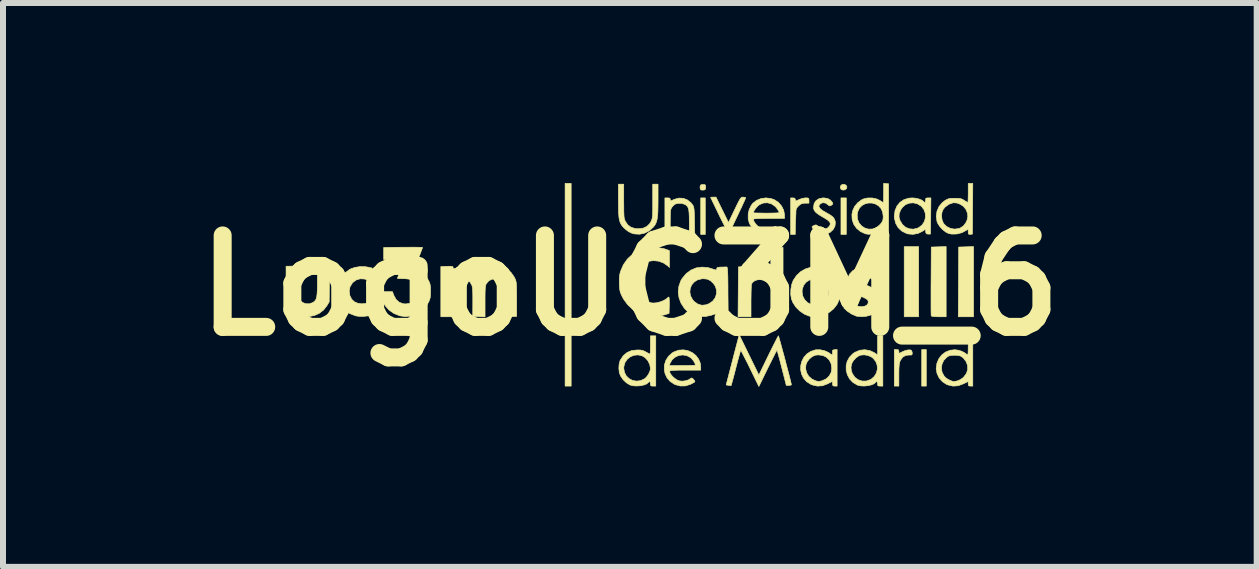
<source format=kicad_pcb>
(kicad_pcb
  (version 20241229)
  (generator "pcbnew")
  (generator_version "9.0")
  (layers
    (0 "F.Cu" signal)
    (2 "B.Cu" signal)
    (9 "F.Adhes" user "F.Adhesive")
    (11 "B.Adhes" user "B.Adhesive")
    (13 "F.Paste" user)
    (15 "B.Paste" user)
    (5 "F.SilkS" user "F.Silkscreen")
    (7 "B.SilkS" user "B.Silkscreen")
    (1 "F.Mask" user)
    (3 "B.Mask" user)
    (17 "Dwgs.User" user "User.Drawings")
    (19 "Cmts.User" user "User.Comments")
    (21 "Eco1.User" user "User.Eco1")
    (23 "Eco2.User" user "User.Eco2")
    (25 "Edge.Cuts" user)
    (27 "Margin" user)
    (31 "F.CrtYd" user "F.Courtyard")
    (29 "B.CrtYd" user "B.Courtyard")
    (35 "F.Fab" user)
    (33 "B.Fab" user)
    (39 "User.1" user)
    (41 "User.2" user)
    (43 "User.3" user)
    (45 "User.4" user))
  (footprint "LogoUC3M_6"
    (layer "F.Cu")
    (at 7.446 1.708)
    (property "Reference" "LogoUC3M_6" (at 0 0 0) (layer "F.SilkS") (effects (font (size 1.524 1.524) (thickness 0.3))))
    (attr through_hole)
    (fp_poly (pts (xy -0.978 1.676) (xy -1.079 1.676) (xy -1.079 -1.702) (xy -0.978 -1.702) (xy -0.978 1.676)) (stroke (width 0.01) (type solid)) (fill yes) (layer "F.SilkS"))
    (fp_poly (pts (xy 1.257 -0.851) (xy 1.181 -0.851) (xy 1.181 -1.46) (xy 1.257 -1.46) (xy 1.257 -0.851)) (stroke (width 0.01) (type solid)) (fill yes) (layer "F.SilkS"))
    (fp_poly (pts (xy 2.553 0.521) (xy 2.349 0.521) (xy 2.349 -0.635) (xy 2.553 -0.635) (xy 2.553 0.521)) (stroke (width 0.01) (type solid)) (fill yes) (layer "F.SilkS"))
    (fp_poly (pts (xy 3.607 -0.851) (xy 3.518 -0.851) (xy 3.518 -1.46) (xy 3.607 -1.46) (xy 3.607 -0.851)) (stroke (width 0.01) (type solid)) (fill yes) (layer "F.SilkS"))
    (fp_poly (pts (xy 4.813 0.521) (xy 4.572 0.521) (xy 4.572 -0.648) (xy 4.813 -0.648) (xy 4.813 0.521)) (stroke (width 0.01) (type solid)) (fill yes) (layer "F.SilkS"))
    (fp_poly (pts (xy 4.94 1.676) (xy 4.864 1.676) (xy 4.864 1.067) (xy 4.94 1.067) (xy 4.94 1.676)) (stroke (width 0.01) (type solid)) (fill yes) (layer "F.SilkS"))
    (fp_poly (pts (xy 5.728 0.521) (xy 5.473 0.521) (xy 5.477 -0.06) (xy 5.48 -0.641) (xy 5.728 -0.649) (xy 5.728 0.521)) (stroke (width 0.01) (type solid)) (fill yes) (layer "F.SilkS"))
    (fp_poly (pts (xy 3.57 -1.687) (xy 3.601 -1.673) (xy 3.617 -1.648) (xy 3.613 -1.618) (xy 3.612 -1.616) (xy 3.587 -1.596) (xy 3.554 -1.59) (xy 3.525 -1.599) (xy 3.521 -1.602) (xy 3.506 -1.631) (xy 3.511 -1.66) (xy 3.532 -1.681) (xy 3.566 -1.687) (xy 3.57 -1.687)) (stroke (width 0.01) (type solid)) (fill yes) (layer "F.SilkS"))
    (fp_poly (pts (xy 1.249 -1.681) (xy 1.261 -1.67) (xy 1.264 -1.642) (xy 1.264 -1.638) (xy 1.261 -1.608) (xy 1.249 -1.595) (xy 1.222 -1.59) (xy 1.187 -1.592) (xy 1.174 -1.605) (xy 1.17 -1.632) (xy 1.171 -1.653) (xy 1.178 -1.674) (xy 1.198 -1.682) (xy 1.219 -1.683) (xy 1.249 -1.681)) (stroke (width 0.01) (type solid)) (fill yes) (layer "F.SilkS"))
    (fp_poly (pts (xy 4.931 0.847) (xy 4.955 0.865) (xy 4.958 0.872) (xy 4.958 0.897) (xy 4.945 0.925) (xy 4.925 0.947) (xy 4.911 0.952) (xy 4.888 0.946) (xy 4.874 0.939) (xy 4.856 0.916) (xy 4.853 0.884) (xy 4.866 0.855) (xy 4.87 0.851) (xy 4.898 0.842) (xy 4.931 0.847)) (stroke (width 0.01) (type solid)) (fill yes) (layer "F.SilkS"))
    (fp_poly (pts (xy 5.271 0.521) (xy 5.149 0.521) (xy 5.086 0.519) (xy 5.045 0.515) (xy 5.025 0.508) (xy 5.022 0.505) (xy 5.021 0.489) (xy 5.02 0.451) (xy 5.019 0.392) (xy 5.019 0.316) (xy 5.019 0.225) (xy 5.019 0.123) (xy 5.019 0.01) (xy 5.02 -0.076) (xy 5.023 -0.641) (xy 5.271 -0.649) (xy 5.271 0.521)) (stroke (width 0.01) (type solid)) (fill yes) (layer "F.SilkS"))
    (fp_poly (pts (xy 2.223 -0.091) (xy 2.173 -0.098) (xy 2.125 -0.095) (xy 2.079 -0.078) (xy 2.043 -0.05) (xy 2.027 -0.022) (xy 2.025 -0.001) (xy 2.023 0.041) (xy 2.021 0.1) (xy 2.02 0.171) (xy 2.019 0.25) (xy 2.019 0.264) (xy 2.019 0.521) (xy 1.803 0.521) (xy 1.81 -0.311) (xy 1.909 -0.315) (xy 1.96 -0.316) (xy 1.99 -0.315) (xy 2.006 -0.309) (xy 2.014 -0.299) (xy 2.015 -0.294) (xy 2.022 -0.278) (xy 2.036 -0.276) (xy 2.062 -0.286) (xy 2.1 -0.298) (xy 2.147 -0.309) (xy 2.162 -0.311) (xy 2.223 -0.32) (xy 2.223 -0.091)) (stroke (width 0.01) (type solid)) (fill yes) (layer "F.SilkS"))
    (fp_poly (pts (xy 4.472 1.07) (xy 4.482 1.085) (xy 4.483 1.099) (xy 4.484 1.121) (xy 4.491 1.128) (xy 4.509 1.121) (xy 4.536 1.106) (xy 4.578 1.088) (xy 4.625 1.075) (xy 4.63 1.074) (xy 4.673 1.072) (xy 4.697 1.086) (xy 4.706 1.118) (xy 4.706 1.13) (xy 4.703 1.151) (xy 4.689 1.159) (xy 4.659 1.158) (xy 4.598 1.164) (xy 4.548 1.193) (xy 4.511 1.243) (xy 4.508 1.249) (xy 4.498 1.274) (xy 4.491 1.304) (xy 4.487 1.343) (xy 4.484 1.395) (xy 4.483 1.467) (xy 4.483 1.489) (xy 4.483 1.676) (xy 4.407 1.676) (xy 4.407 1.067) (xy 4.445 1.067) (xy 4.472 1.07)) (stroke (width 0.01) (type solid)) (fill yes) (layer "F.SilkS"))
    (fp_poly (pts (xy 2.748 -1.455) (xy 2.758 -1.435) (xy 2.757 -1.419) (xy 2.762 -1.411) (xy 2.781 -1.414) (xy 2.818 -1.431) (xy 2.826 -1.435) (xy 2.872 -1.452) (xy 2.922 -1.46) (xy 2.93 -1.46) (xy 2.964 -1.459) (xy 2.98 -1.452) (xy 2.984 -1.433) (xy 2.985 -1.416) (xy 2.985 -1.372) (xy 2.922 -1.372) (xy 2.879 -1.369) (xy 2.848 -1.356) (xy 2.815 -1.33) (xy 2.814 -1.329) (xy 2.79 -1.304) (xy 2.776 -1.282) (xy 2.769 -1.254) (xy 2.767 -1.212) (xy 2.767 -1.199) (xy 2.765 -1.152) (xy 2.764 -1.113) (xy 2.762 -1.092) (xy 2.761 -1.071) (xy 2.759 -1.032) (xy 2.758 -0.982) (xy 2.758 -0.962) (xy 2.756 -0.851) (xy 2.68 -0.851) (xy 2.68 -1.46) (xy 2.718 -1.46) (xy 2.748 -1.455)) (stroke (width 0.01) (type solid)) (fill yes) (layer "F.SilkS"))
    (fp_poly (pts (xy 1.54 -1.261) (xy 1.644 -1.05) (xy 1.745 -1.261) (xy 1.781 -1.336) (xy 1.808 -1.39) (xy 1.828 -1.428) (xy 1.843 -1.452) (xy 1.856 -1.466) (xy 1.868 -1.472) (xy 1.882 -1.473) (xy 1.888 -1.473) (xy 1.917 -1.47) (xy 1.93 -1.463) (xy 1.93 -1.461) (xy 1.925 -1.447) (xy 1.911 -1.414) (xy 1.888 -1.365) (xy 1.861 -1.305) (xy 1.829 -1.238) (xy 1.795 -1.166) (xy 1.761 -1.095) (xy 1.729 -1.027) (xy 1.7 -0.967) (xy 1.675 -0.919) (xy 1.658 -0.886) (xy 1.65 -0.872) (xy 1.642 -0.88) (xy 1.625 -0.908) (xy 1.6 -0.953) (xy 1.568 -1.012) (xy 1.532 -1.084) (xy 1.493 -1.162) (xy 1.454 -1.243) (xy 1.419 -1.316) (xy 1.389 -1.378) (xy 1.366 -1.426) (xy 1.351 -1.457) (xy 1.346 -1.469) (xy 1.357 -1.472) (xy 1.385 -1.473) (xy 1.391 -1.473) (xy 1.436 -1.473) (xy 1.54 -1.261)) (stroke (width 0.01) (type solid)) (fill yes) (layer "F.SilkS"))
    (fp_poly (pts (xy 0.659 -1.458) (xy 0.672 -1.447) (xy 0.673 -1.435) (xy 0.673 -1.419) (xy 0.678 -1.412) (xy 0.693 -1.415) (xy 0.723 -1.428) (xy 0.743 -1.437) (xy 0.818 -1.457) (xy 0.892 -1.453) (xy 0.96 -1.426) (xy 1.019 -1.378) (xy 1.043 -1.348) (xy 1.054 -1.331) (xy 1.062 -1.313) (xy 1.067 -1.29) (xy 1.071 -1.259) (xy 1.074 -1.214) (xy 1.076 -1.151) (xy 1.077 -1.077) (xy 1.082 -0.851) (xy 0.991 -0.851) (xy 0.991 -1.055) (xy 0.99 -1.144) (xy 0.987 -1.212) (xy 0.981 -1.262) (xy 0.97 -1.298) (xy 0.955 -1.323) (xy 0.933 -1.342) (xy 0.915 -1.352) (xy 0.866 -1.368) (xy 0.81 -1.37) (xy 0.761 -1.359) (xy 0.752 -1.354) (xy 0.724 -1.332) (xy 0.698 -1.301) (xy 0.698 -1.301) (xy 0.689 -1.284) (xy 0.682 -1.264) (xy 0.677 -1.236) (xy 0.675 -1.196) (xy 0.674 -1.139) (xy 0.673 -1.061) (xy 0.673 -1.057) (xy 0.673 -0.851) (xy 0.584 -0.851) (xy 0.584 -1.46) (xy 0.629 -1.46) (xy 0.659 -1.458)) (stroke (width 0.01) (type solid)) (fill yes) (layer "F.SilkS"))
    (fp_poly (pts (xy -5.006 -0.03) (xy -5.01 0.273) (xy -5.045 0.332) (xy -5.102 0.406) (xy -5.173 0.462) (xy -5.255 0.499) (xy -5.342 0.517) (xy -5.432 0.512) (xy -5.482 0.498) (xy -5.572 0.454) (xy -5.643 0.394) (xy -5.696 0.315) (xy -5.709 0.286) (xy -5.716 0.265) (xy -5.721 0.234) (xy -5.725 0.191) (xy -5.727 0.132) (xy -5.728 0.054) (xy -5.729 -0.04) (xy -5.729 -0.321) (xy -5.63 -0.323) (xy -5.531 -0.324) (xy -5.524 -0.057) (xy -5.522 0.034) (xy -5.519 0.104) (xy -5.516 0.155) (xy -5.512 0.191) (xy -5.507 0.217) (xy -5.501 0.234) (xy -5.495 0.243) (xy -5.455 0.282) (xy -5.402 0.303) (xy -5.344 0.305) (xy -5.288 0.286) (xy -5.284 0.284) (xy -5.259 0.267) (xy -5.241 0.248) (xy -5.227 0.222) (xy -5.218 0.186) (xy -5.212 0.137) (xy -5.208 0.071) (xy -5.207 -0.014) (xy -5.207 -0.069) (xy -5.207 -0.145) (xy -5.206 -0.212) (xy -5.206 -0.266) (xy -5.205 -0.302) (xy -5.204 -0.318) (xy -5.204 -0.318) (xy -5.191 -0.319) (xy -5.158 -0.322) (xy -5.113 -0.325) (xy -5.101 -0.326) (xy -5.002 -0.333) (xy -5.006 -0.03)) (stroke (width 0.01) (type solid)) (fill yes) (layer "F.SilkS"))
    (fp_poly (pts (xy -0.102 -1.407) (xy -0.101 -1.315) (xy -0.101 -1.243) (xy -0.099 -1.19) (xy -0.097 -1.151) (xy -0.093 -1.122) (xy -0.087 -1.099) (xy -0.079 -1.08) (xy -0.075 -1.07) (xy -0.034 -1.01) (xy 0.021 -0.97) (xy 0.091 -0.949) (xy 0.14 -0.946) (xy 0.22 -0.955) (xy 0.283 -0.984) (xy 0.332 -1.032) (xy 0.354 -1.07) (xy 0.363 -1.09) (xy 0.37 -1.111) (xy 0.374 -1.136) (xy 0.378 -1.17) (xy 0.38 -1.216) (xy 0.381 -1.278) (xy 0.381 -1.36) (xy 0.381 -1.407) (xy 0.381 -1.689) (xy 0.47 -1.689) (xy 0.47 -1.418) (xy 0.469 -1.31) (xy 0.467 -1.224) (xy 0.462 -1.156) (xy 0.454 -1.102) (xy 0.443 -1.06) (xy 0.428 -1.024) (xy 0.407 -0.993) (xy 0.393 -0.975) (xy 0.327 -0.914) (xy 0.249 -0.874) (xy 0.163 -0.855) (xy 0.074 -0.86) (xy 0.034 -0.871) (xy -0.025 -0.9) (xy -0.085 -0.947) (xy -0.088 -0.95) (xy -0.118 -0.981) (xy -0.142 -1.012) (xy -0.16 -1.047) (xy -0.173 -1.088) (xy -0.182 -1.14) (xy -0.187 -1.206) (xy -0.19 -1.29) (xy -0.19 -1.395) (xy -0.191 -1.418) (xy -0.191 -1.689) (xy -0.102 -1.689) (xy -0.102 -1.407)) (stroke (width 0.01) (type solid)) (fill yes) (layer "F.SilkS"))
    (fp_poly (pts (xy 4.216 1.676) (xy 4.172 1.676) (xy 4.142 1.674) (xy 4.13 1.664) (xy 4.128 1.638) (xy 4.123 1.609) (xy 4.111 1.6) (xy 4.095 1.614) (xy 4.095 1.614) (xy 4.068 1.638) (xy 4.022 1.657) (xy 3.965 1.669) (xy 3.904 1.675) (xy 3.845 1.672) (xy 3.795 1.66) (xy 3.79 1.658) (xy 3.717 1.615) (xy 3.662 1.557) (xy 3.625 1.488) (xy 3.605 1.414) (xy 3.605 1.358) (xy 3.685 1.358) (xy 3.691 1.421) (xy 3.709 1.469) (xy 3.751 1.53) (xy 3.807 1.571) (xy 3.871 1.592) (xy 3.94 1.592) (xy 4.009 1.568) (xy 4.022 1.561) (xy 4.075 1.514) (xy 4.109 1.457) (xy 4.125 1.393) (xy 4.121 1.328) (xy 4.098 1.266) (xy 4.056 1.214) (xy 4.02 1.187) (xy 3.965 1.165) (xy 3.905 1.155) (xy 3.848 1.16) (xy 3.819 1.17) (xy 3.769 1.205) (xy 3.726 1.252) (xy 3.701 1.294) (xy 3.685 1.358) (xy 3.605 1.358) (xy 3.604 1.338) (xy 3.622 1.263) (xy 3.659 1.195) (xy 3.715 1.137) (xy 3.751 1.112) (xy 3.831 1.079) (xy 3.915 1.07) (xy 3.999 1.084) (xy 4.077 1.121) (xy 4.081 1.124) (xy 4.128 1.155) (xy 4.128 0.838) (xy 4.216 0.838) (xy 4.216 1.676)) (stroke (width 0.01) (type solid)) (fill yes) (layer "F.SilkS"))
    (fp_poly (pts (xy -4.41 -0.314) (xy -4.358 -0.305) (xy -4.293 -0.29) (xy -4.292 -0.218) (xy -4.291 -0.167) (xy -4.289 -0.119) (xy -4.289 -0.098) (xy -4.287 -0.068) (xy -4.286 -0.052) (xy -4.286 -0.051) (xy -4.297 -0.056) (xy -4.323 -0.07) (xy -4.349 -0.083) (xy -4.423 -0.109) (xy -4.495 -0.112) (xy -4.561 -0.092) (xy -4.617 -0.05) (xy -4.626 -0.039) (xy -4.664 0.023) (xy -4.678 0.092) (xy -4.668 0.162) (xy -4.635 0.229) (xy -4.634 0.23) (xy -4.592 0.27) (xy -4.534 0.295) (xy -4.468 0.305) (xy -4.401 0.298) (xy -4.35 0.279) (xy -4.318 0.264) (xy -4.297 0.255) (xy -4.293 0.254) (xy -4.289 0.265) (xy -4.288 0.294) (xy -4.289 0.308) (xy -4.29 0.357) (xy -4.292 0.41) (xy -4.292 0.42) (xy -4.294 0.458) (xy -4.304 0.479) (xy -4.324 0.493) (xy -4.326 0.494) (xy -4.372 0.507) (xy -4.433 0.514) (xy -4.497 0.515) (xy -4.555 0.508) (xy -4.573 0.504) (xy -4.67 0.466) (xy -4.749 0.409) (xy -4.813 0.334) (xy -4.85 0.267) (xy -4.875 0.188) (xy -4.884 0.1) (xy -4.877 0.011) (xy -4.854 -0.068) (xy -4.853 -0.07) (xy -4.809 -0.144) (xy -4.746 -0.211) (xy -4.674 -0.265) (xy -4.655 -0.276) (xy -4.582 -0.302) (xy -4.497 -0.315) (xy -4.41 -0.314)) (stroke (width 0.01) (type solid)) (fill yes) (layer "F.SilkS"))
    (fp_poly (pts (xy 0.485 -0.63) (xy 0.568 -0.614) (xy 0.625 -0.595) (xy 0.66 -0.581) (xy 0.66 -0.3) (xy 0.632 -0.327) (xy 0.559 -0.377) (xy 0.479 -0.406) (xy 0.394 -0.415) (xy 0.31 -0.403) (xy 0.231 -0.373) (xy 0.16 -0.324) (xy 0.103 -0.258) (xy 0.08 -0.219) (xy 0.051 -0.132) (xy 0.043 -0.042) (xy 0.058 0.045) (xy 0.079 0.097) (xy 0.133 0.174) (xy 0.203 0.234) (xy 0.284 0.274) (xy 0.374 0.291) (xy 0.395 0.292) (xy 0.449 0.287) (xy 0.507 0.272) (xy 0.561 0.251) (xy 0.603 0.227) (xy 0.616 0.216) (xy 0.637 0.197) (xy 0.65 0.191) (xy 0.654 0.202) (xy 0.657 0.234) (xy 0.658 0.281) (xy 0.658 0.327) (xy 0.654 0.464) (xy 0.584 0.487) (xy 0.512 0.504) (xy 0.43 0.514) (xy 0.348 0.515) (xy 0.275 0.507) (xy 0.26 0.504) (xy 0.15 0.463) (xy 0.049 0.4) (xy -0.038 0.318) (xy -0.109 0.22) (xy -0.129 0.181) (xy -0.149 0.138) (xy -0.162 0.101) (xy -0.169 0.062) (xy -0.174 0.011) (xy -0.175 -0.031) (xy -0.176 -0.102) (xy -0.173 -0.157) (xy -0.164 -0.205) (xy -0.155 -0.236) (xy -0.108 -0.346) (xy -0.041 -0.441) (xy 0.042 -0.519) (xy 0.139 -0.579) (xy 0.248 -0.618) (xy 0.365 -0.634) (xy 0.39 -0.635) (xy 0.485 -0.63)) (stroke (width 0.01) (type solid)) (fill yes) (layer "F.SilkS"))
    (fp_poly (pts (xy 3.296 -1.451) (xy 3.346 -1.42) (xy 3.371 -1.39) (xy 3.383 -1.367) (xy 3.378 -1.353) (xy 3.36 -1.339) (xy 3.336 -1.327) (xy 3.319 -1.33) (xy 3.303 -1.345) (xy 3.261 -1.374) (xy 3.216 -1.38) (xy 3.181 -1.366) (xy 3.155 -1.341) (xy 3.151 -1.314) (xy 3.17 -1.284) (xy 3.212 -1.249) (xy 3.279 -1.21) (xy 3.285 -1.207) (xy 3.347 -1.171) (xy 3.388 -1.138) (xy 3.412 -1.102) (xy 3.424 -1.06) (xy 3.425 -1.052) (xy 3.419 -0.992) (xy 3.39 -0.935) (xy 3.338 -0.886) (xy 3.295 -0.866) (xy 3.239 -0.856) (xy 3.181 -0.858) (xy 3.154 -0.864) (xy 3.126 -0.879) (xy 3.093 -0.904) (xy 3.063 -0.934) (xy 3.041 -0.961) (xy 3.035 -0.977) (xy 3.046 -0.989) (xy 3.071 -1.002) (xy 3.072 -1.003) (xy 3.096 -1.01) (xy 3.116 -1.006) (xy 3.14 -0.986) (xy 3.147 -0.979) (xy 3.192 -0.947) (xy 3.241 -0.939) (xy 3.287 -0.954) (xy 3.309 -0.971) (xy 3.334 -1.002) (xy 3.341 -1.031) (xy 3.329 -1.06) (xy 3.296 -1.091) (xy 3.241 -1.126) (xy 3.213 -1.142) (xy 3.147 -1.182) (xy 3.102 -1.216) (xy 3.074 -1.249) (xy 3.062 -1.283) (xy 3.061 -1.303) (xy 3.071 -1.366) (xy 3.102 -1.414) (xy 3.151 -1.446) (xy 3.216 -1.46) (xy 3.232 -1.46) (xy 3.296 -1.451)) (stroke (width 0.01) (type solid)) (fill yes) (layer "F.SilkS"))
    (fp_poly (pts (xy 5.014 -1.159) (xy 5.01 -0.857) (xy 4.972 -0.857) (xy 4.945 -0.861) (xy 4.933 -0.876) (xy 4.93 -0.898) (xy 4.926 -0.938) (xy 4.881 -0.907) (xy 4.803 -0.868) (xy 4.719 -0.853) (xy 4.636 -0.86) (xy 4.607 -0.869) (xy 4.529 -0.909) (xy 4.469 -0.967) (xy 4.429 -1.039) (xy 4.409 -1.123) (xy 4.408 -1.141) (xy 4.486 -1.141) (xy 4.502 -1.084) (xy 4.503 -1.082) (xy 4.542 -1.018) (xy 4.595 -0.971) (xy 4.658 -0.945) (xy 4.726 -0.939) (xy 4.796 -0.957) (xy 4.819 -0.969) (xy 4.873 -1.012) (xy 4.909 -1.069) (xy 4.926 -1.133) (xy 4.924 -1.2) (xy 4.902 -1.263) (xy 4.861 -1.317) (xy 4.853 -1.324) (xy 4.79 -1.362) (xy 4.723 -1.378) (xy 4.655 -1.372) (xy 4.593 -1.347) (xy 4.541 -1.302) (xy 4.51 -1.254) (xy 4.488 -1.195) (xy 4.486 -1.141) (xy 4.408 -1.141) (xy 4.407 -1.158) (xy 4.419 -1.248) (xy 4.451 -1.325) (xy 4.501 -1.386) (xy 4.568 -1.431) (xy 4.649 -1.456) (xy 4.708 -1.46) (xy 4.761 -1.455) (xy 4.814 -1.443) (xy 4.86 -1.425) (xy 4.89 -1.405) (xy 4.895 -1.398) (xy 4.911 -1.384) (xy 4.923 -1.393) (xy 4.928 -1.422) (xy 4.928 -1.422) (xy 4.93 -1.448) (xy 4.943 -1.458) (xy 4.972 -1.46) (xy 5.017 -1.46) (xy 5.014 -1.159)) (stroke (width 0.01) (type solid)) (fill yes) (layer "F.SilkS"))
    (fp_poly (pts (xy 3.188 -0.298) (xy 3.273 -0.267) (xy 3.352 -0.216) (xy 3.421 -0.147) (xy 3.47 -0.074) (xy 3.484 -0.042) (xy 3.493 -0.01) (xy 3.497 0.032) (xy 3.499 0.09) (xy 3.499 0.102) (xy 3.495 0.187) (xy 3.48 0.256) (xy 3.452 0.316) (xy 3.408 0.373) (xy 3.389 0.394) (xy 3.321 0.448) (xy 3.239 0.488) (xy 3.149 0.513) (xy 3.059 0.519) (xy 2.99 0.51) (xy 2.908 0.477) (xy 2.831 0.424) (xy 2.765 0.358) (xy 2.716 0.282) (xy 2.693 0.224) (xy 2.681 0.15) (xy 2.682 0.102) (xy 2.87 0.102) (xy 2.881 0.174) (xy 2.912 0.235) (xy 2.959 0.283) (xy 3.017 0.314) (xy 3.083 0.326) (xy 3.153 0.317) (xy 3.183 0.306) (xy 3.224 0.28) (xy 3.263 0.245) (xy 3.272 0.234) (xy 3.293 0.202) (xy 3.304 0.17) (xy 3.308 0.128) (xy 3.308 0.108) (xy 3.298 0.03) (xy 3.268 -0.033) (xy 3.221 -0.079) (xy 3.158 -0.106) (xy 3.081 -0.112) (xy 3.074 -0.112) (xy 3.001 -0.095) (xy 2.941 -0.059) (xy 2.898 -0.007) (xy 2.874 0.059) (xy 2.87 0.102) (xy 2.682 0.102) (xy 2.683 0.067) (xy 2.696 -0.013) (xy 2.721 -0.082) (xy 2.721 -0.083) (xy 2.777 -0.166) (xy 2.846 -0.231) (xy 2.925 -0.276) (xy 3.01 -0.303) (xy 3.099 -0.31) (xy 3.188 -0.298)) (stroke (width 0.01) (type solid)) (fill yes) (layer "F.SilkS"))
    (fp_poly (pts (xy 4.312 -1.695) (xy 4.312 -0.857) (xy 4.274 -0.857) (xy 4.247 -0.861) (xy 4.235 -0.876) (xy 4.232 -0.898) (xy 4.228 -0.938) (xy 4.166 -0.9) (xy 4.107 -0.873) (xy 4.04 -0.857) (xy 3.973 -0.854) (xy 3.924 -0.862) (xy 3.841 -0.901) (xy 3.776 -0.956) (xy 3.729 -1.024) (xy 3.704 -1.102) (xy 3.701 -1.177) (xy 3.788 -1.177) (xy 3.793 -1.106) (xy 3.819 -1.044) (xy 3.861 -0.994) (xy 3.915 -0.958) (xy 3.977 -0.94) (xy 4.044 -0.942) (xy 4.101 -0.962) (xy 4.136 -0.986) (xy 4.173 -1.02) (xy 4.184 -1.033) (xy 4.207 -1.066) (xy 4.218 -1.098) (xy 4.222 -1.14) (xy 4.222 -1.155) (xy 4.212 -1.226) (xy 4.185 -1.284) (xy 4.144 -1.328) (xy 4.093 -1.358) (xy 4.036 -1.374) (xy 3.978 -1.375) (xy 3.921 -1.362) (xy 3.869 -1.334) (xy 3.827 -1.292) (xy 3.799 -1.234) (xy 3.788 -1.177) (xy 3.701 -1.177) (xy 3.701 -1.186) (xy 3.713 -1.247) (xy 3.745 -1.317) (xy 3.797 -1.379) (xy 3.861 -1.427) (xy 3.894 -1.443) (xy 3.963 -1.459) (xy 4.038 -1.459) (xy 4.11 -1.444) (xy 4.164 -1.419) (xy 4.195 -1.399) (xy 4.217 -1.386) (xy 4.222 -1.384) (xy 4.225 -1.396) (xy 4.227 -1.429) (xy 4.228 -1.477) (xy 4.229 -1.536) (xy 4.229 -1.544) (xy 4.229 -1.703) (xy 4.312 -1.695)) (stroke (width 0.01) (type solid)) (fill yes) (layer "F.SilkS"))
    (fp_poly (pts (xy 3.454 1.676) (xy 3.416 1.676) (xy 3.389 1.673) (xy 3.379 1.658) (xy 3.378 1.638) (xy 3.377 1.612) (xy 3.373 1.6) (xy 3.373 1.6) (xy 3.36 1.606) (xy 3.331 1.62) (xy 3.296 1.638) (xy 3.211 1.67) (xy 3.127 1.676) (xy 3.042 1.657) (xy 3.015 1.646) (xy 2.946 1.602) (xy 2.895 1.544) (xy 2.862 1.478) (xy 2.846 1.406) (xy 2.847 1.385) (xy 2.929 1.385) (xy 2.945 1.452) (xy 2.98 1.511) (xy 3.032 1.557) (xy 3.08 1.581) (xy 3.118 1.594) (xy 3.144 1.598) (xy 3.171 1.595) (xy 3.203 1.587) (xy 3.271 1.556) (xy 3.322 1.508) (xy 3.355 1.446) (xy 3.365 1.377) (xy 3.354 1.303) (xy 3.323 1.241) (xy 3.275 1.194) (xy 3.213 1.165) (xy 3.139 1.156) (xy 3.093 1.161) (xy 3.044 1.181) (xy 2.996 1.219) (xy 2.957 1.267) (xy 2.935 1.318) (xy 2.929 1.385) (xy 2.847 1.385) (xy 2.848 1.333) (xy 2.866 1.262) (xy 2.9 1.196) (xy 2.949 1.141) (xy 3.013 1.099) (xy 3.09 1.073) (xy 3.104 1.071) (xy 3.174 1.071) (xy 3.246 1.087) (xy 3.309 1.115) (xy 3.323 1.125) (xy 3.355 1.148) (xy 3.372 1.153) (xy 3.377 1.14) (xy 3.376 1.114) (xy 3.376 1.086) (xy 3.387 1.074) (xy 3.413 1.069) (xy 3.454 1.065) (xy 3.454 1.676)) (stroke (width 0.01) (type solid)) (fill yes) (layer "F.SilkS"))
    (fp_poly (pts (xy 1.986 1.156) (xy 2.15 1.492) (xy 2.309 1.165) (xy 2.35 1.081) (xy 2.388 1.005) (xy 2.421 0.94) (xy 2.447 0.889) (xy 2.466 0.854) (xy 2.475 0.839) (xy 2.476 0.838) (xy 2.48 0.85) (xy 2.49 0.883) (xy 2.504 0.933) (xy 2.522 0.998) (xy 2.542 1.073) (xy 2.565 1.156) (xy 2.588 1.242) (xy 2.61 1.328) (xy 2.632 1.411) (xy 2.652 1.487) (xy 2.669 1.553) (xy 2.682 1.606) (xy 2.69 1.641) (xy 2.692 1.655) (xy 2.681 1.661) (xy 2.654 1.664) (xy 2.65 1.664) (xy 2.607 1.664) (xy 2.532 1.372) (xy 2.511 1.29) (xy 2.492 1.217) (xy 2.475 1.156) (xy 2.462 1.111) (xy 2.454 1.085) (xy 2.451 1.08) (xy 2.444 1.09) (xy 2.427 1.121) (xy 2.403 1.169) (xy 2.372 1.231) (xy 2.336 1.303) (xy 2.297 1.381) (xy 2.15 1.683) (xy 2.002 1.379) (xy 1.963 1.299) (xy 1.926 1.227) (xy 1.895 1.167) (xy 1.871 1.12) (xy 1.854 1.091) (xy 1.847 1.082) (xy 1.842 1.096) (xy 1.832 1.131) (xy 1.817 1.183) (xy 1.799 1.25) (xy 1.779 1.327) (xy 1.766 1.377) (xy 1.745 1.459) (xy 1.726 1.531) (xy 1.709 1.592) (xy 1.697 1.637) (xy 1.689 1.663) (xy 1.687 1.668) (xy 1.673 1.668) (xy 1.645 1.664) (xy 1.644 1.664) (xy 1.605 1.657) (xy 1.713 1.239) (xy 1.822 0.821) (xy 1.986 1.156)) (stroke (width 0.01) (type solid)) (fill yes) (layer "F.SilkS"))
    (fp_poly (pts (xy 0.432 1.676) (xy 0.387 1.676) (xy 0.357 1.674) (xy 0.345 1.664) (xy 0.343 1.638) (xy 0.338 1.609) (xy 0.326 1.6) (xy 0.31 1.614) (xy 0.31 1.614) (xy 0.282 1.639) (xy 0.236 1.657) (xy 0.179 1.67) (xy 0.116 1.674) (xy 0.056 1.671) (xy 0.004 1.658) (xy 0 1.656) (xy -0.059 1.62) (xy -0.114 1.567) (xy -0.156 1.505) (xy -0.176 1.449) (xy -0.183 1.381) (xy -0.183 1.377) (xy -0.102 1.377) (xy -0.09 1.446) (xy -0.06 1.505) (xy -0.013 1.551) (xy 0.044 1.581) (xy 0.108 1.593) (xy 0.175 1.586) (xy 0.241 1.557) (xy 0.243 1.556) (xy 0.281 1.521) (xy 0.314 1.472) (xy 0.337 1.42) (xy 0.343 1.382) (xy 0.331 1.315) (xy 0.3 1.253) (xy 0.253 1.201) (xy 0.207 1.173) (xy 0.138 1.156) (xy 0.071 1.162) (xy 0.009 1.187) (xy -0.043 1.228) (xy -0.081 1.284) (xy -0.1 1.351) (xy -0.102 1.377) (xy -0.183 1.377) (xy -0.179 1.312) (xy -0.164 1.253) (xy -0.16 1.245) (xy -0.109 1.169) (xy -0.046 1.116) (xy 0.03 1.084) (xy 0.121 1.074) (xy 0.174 1.075) (xy 0.214 1.082) (xy 0.25 1.097) (xy 0.269 1.108) (xy 0.303 1.127) (xy 0.328 1.14) (xy 0.336 1.143) (xy 0.338 1.131) (xy 0.341 1.099) (xy 0.342 1.051) (xy 0.343 0.992) (xy 0.343 0.991) (xy 0.343 0.838) (xy 0.432 0.838) (xy 0.432 1.676)) (stroke (width 0.01) (type solid)) (fill yes) (layer "F.SilkS"))
    (fp_poly (pts (xy 0.97 1.086) (xy 1.04 1.118) (xy 1.1 1.165) (xy 1.145 1.225) (xy 1.174 1.295) (xy 1.181 1.356) (xy 1.181 1.41) (xy 0.928 1.41) (xy 0.842 1.41) (xy 0.77 1.412) (xy 0.715 1.415) (xy 0.68 1.418) (xy 0.667 1.422) (xy 0.665 1.447) (xy 0.682 1.479) (xy 0.711 1.515) (xy 0.749 1.548) (xy 0.791 1.576) (xy 0.82 1.588) (xy 0.869 1.594) (xy 0.925 1.588) (xy 0.977 1.572) (xy 1.007 1.553) (xy 1.024 1.541) (xy 1.039 1.544) (xy 1.06 1.562) (xy 1.079 1.585) (xy 1.084 1.602) (xy 1.084 1.603) (xy 1.069 1.615) (xy 1.038 1.632) (xy 1.011 1.646) (xy 0.926 1.673) (xy 0.84 1.674) (xy 0.755 1.651) (xy 0.739 1.643) (xy 0.669 1.596) (xy 0.618 1.536) (xy 0.586 1.466) (xy 0.573 1.392) (xy 0.577 1.333) (xy 0.659 1.333) (xy 0.875 1.333) (xy 0.946 1.333) (xy 1.008 1.332) (xy 1.055 1.331) (xy 1.084 1.329) (xy 1.092 1.327) (xy 1.084 1.296) (xy 1.062 1.257) (xy 1.032 1.22) (xy 1.01 1.2) (xy 0.949 1.168) (xy 0.883 1.157) (xy 0.817 1.165) (xy 0.757 1.192) (xy 0.706 1.235) (xy 0.672 1.292) (xy 0.668 1.305) (xy 0.659 1.333) (xy 0.577 1.333) (xy 0.578 1.316) (xy 0.602 1.244) (xy 0.645 1.178) (xy 0.706 1.123) (xy 0.74 1.104) (xy 0.816 1.077) (xy 0.894 1.072) (xy 0.97 1.086)) (stroke (width 0.01) (type solid)) (fill yes) (layer "F.SilkS"))
    (fp_poly (pts (xy 5.709 -0.857) (xy 5.674 -0.853) (xy 5.651 -0.853) (xy 5.641 -0.863) (xy 5.639 -0.892) (xy 5.639 -0.896) (xy 5.638 -0.926) (xy 5.632 -0.935) (xy 5.617 -0.927) (xy 5.61 -0.922) (xy 5.535 -0.881) (xy 5.451 -0.859) (xy 5.365 -0.857) (xy 5.315 -0.866) (xy 5.267 -0.889) (xy 5.216 -0.929) (xy 5.169 -0.978) (xy 5.134 -1.03) (xy 5.118 -1.068) (xy 5.107 -1.154) (xy 5.107 -1.157) (xy 5.195 -1.157) (xy 5.203 -1.094) (xy 5.225 -1.039) (xy 5.231 -1.031) (xy 5.279 -0.983) (xy 5.342 -0.952) (xy 5.411 -0.94) (xy 5.48 -0.949) (xy 5.503 -0.957) (xy 5.56 -0.994) (xy 5.602 -1.051) (xy 5.62 -1.092) (xy 5.632 -1.149) (xy 5.627 -1.203) (xy 5.603 -1.263) (xy 5.597 -1.273) (xy 5.559 -1.319) (xy 5.506 -1.354) (xy 5.447 -1.376) (xy 5.389 -1.379) (xy 5.386 -1.378) (xy 5.316 -1.354) (xy 5.254 -1.308) (xy 5.222 -1.27) (xy 5.201 -1.219) (xy 5.195 -1.157) (xy 5.107 -1.157) (xy 5.118 -1.238) (xy 5.151 -1.314) (xy 5.204 -1.379) (xy 5.251 -1.416) (xy 5.285 -1.435) (xy 5.316 -1.447) (xy 5.352 -1.453) (xy 5.402 -1.454) (xy 5.416 -1.454) (xy 5.47 -1.453) (xy 5.508 -1.449) (xy 5.538 -1.439) (xy 5.568 -1.422) (xy 5.572 -1.419) (xy 5.604 -1.399) (xy 5.626 -1.387) (xy 5.632 -1.384) (xy 5.635 -1.396) (xy 5.637 -1.429) (xy 5.638 -1.477) (xy 5.639 -1.536) (xy 5.639 -1.543) (xy 5.639 -1.702) (xy 5.715 -1.702) (xy 5.709 -0.857)) (stroke (width 0.01) (type solid)) (fill yes) (layer "F.SilkS"))
    (fp_poly (pts (xy 2.349 -1.45) (xy 2.408 -1.43) (xy 2.475 -1.386) (xy 2.528 -1.325) (xy 2.564 -1.253) (xy 2.578 -1.176) (xy 2.578 -1.169) (xy 2.578 -1.118) (xy 2.318 -1.118) (xy 2.216 -1.117) (xy 2.139 -1.115) (xy 2.087 -1.112) (xy 2.061 -1.107) (xy 2.057 -1.104) (xy 2.067 -1.072) (xy 2.091 -1.034) (xy 2.124 -0.997) (xy 2.141 -0.983) (xy 2.202 -0.951) (xy 2.271 -0.941) (xy 2.341 -0.951) (xy 2.374 -0.965) (xy 2.408 -0.981) (xy 2.427 -0.986) (xy 2.441 -0.98) (xy 2.454 -0.968) (xy 2.47 -0.946) (xy 2.468 -0.927) (xy 2.445 -0.907) (xy 2.411 -0.888) (xy 2.346 -0.866) (xy 2.272 -0.856) (xy 2.201 -0.861) (xy 2.182 -0.865) (xy 2.134 -0.888) (xy 2.082 -0.926) (xy 2.035 -0.972) (xy 2 -1.02) (xy 1.992 -1.035) (xy 1.972 -1.107) (xy 1.972 -1.187) (xy 1.977 -1.213) (xy 2.057 -1.213) (xy 2.069 -1.211) (xy 2.103 -1.209) (xy 2.153 -1.208) (xy 2.217 -1.207) (xy 2.273 -1.206) (xy 2.344 -1.207) (xy 2.405 -1.208) (xy 2.452 -1.21) (xy 2.482 -1.212) (xy 2.489 -1.213) (xy 2.481 -1.237) (xy 2.462 -1.269) (xy 2.436 -1.303) (xy 2.417 -1.322) (xy 2.358 -1.362) (xy 2.293 -1.379) (xy 2.226 -1.375) (xy 2.163 -1.349) (xy 2.138 -1.33) (xy 2.107 -1.298) (xy 2.08 -1.262) (xy 2.062 -1.23) (xy 2.057 -1.213) (xy 1.977 -1.213) (xy 1.989 -1.266) (xy 2.023 -1.336) (xy 2.049 -1.37) (xy 2.11 -1.418) (xy 2.185 -1.449) (xy 2.267 -1.46) (xy 2.349 -1.45)) (stroke (width 0.01) (type solid)) (fill yes) (layer "F.SilkS"))
    (fp_poly (pts (xy 5.715 1.676) (xy 5.677 1.676) (xy 5.65 1.673) (xy 5.64 1.658) (xy 5.639 1.638) (xy 5.638 1.612) (xy 5.636 1.6) (xy 5.636 1.6) (xy 5.624 1.606) (xy 5.595 1.62) (xy 5.558 1.638) (xy 5.472 1.67) (xy 5.387 1.676) (xy 5.302 1.657) (xy 5.275 1.646) (xy 5.207 1.601) (xy 5.154 1.539) (xy 5.119 1.465) (xy 5.105 1.385) (xy 5.105 1.381) (xy 5.106 1.378) (xy 5.192 1.378) (xy 5.203 1.444) (xy 5.235 1.505) (xy 5.26 1.533) (xy 5.294 1.558) (xy 5.337 1.581) (xy 5.378 1.596) (xy 5.397 1.6) (xy 5.421 1.597) (xy 5.457 1.589) (xy 5.467 1.586) (xy 5.507 1.568) (xy 5.549 1.539) (xy 5.564 1.525) (xy 5.609 1.465) (xy 5.63 1.4) (xy 5.628 1.333) (xy 5.604 1.268) (xy 5.558 1.209) (xy 5.532 1.188) (xy 5.505 1.173) (xy 5.469 1.165) (xy 5.417 1.162) (xy 5.411 1.162) (xy 5.361 1.164) (xy 5.327 1.17) (xy 5.299 1.183) (xy 5.281 1.196) (xy 5.231 1.248) (xy 5.202 1.311) (xy 5.192 1.378) (xy 5.106 1.378) (xy 5.117 1.296) (xy 5.149 1.22) (xy 5.198 1.157) (xy 5.261 1.109) (xy 5.335 1.079) (xy 5.415 1.07) (xy 5.476 1.078) (xy 5.524 1.093) (xy 5.568 1.114) (xy 5.583 1.124) (xy 5.611 1.144) (xy 5.629 1.155) (xy 5.632 1.156) (xy 5.634 1.144) (xy 5.637 1.111) (xy 5.638 1.063) (xy 5.639 1.004) (xy 5.639 0.997) (xy 5.639 0.838) (xy 5.715 0.838) (xy 5.715 1.676)) (stroke (width 0.01) (type solid)) (fill yes) (layer "F.SilkS"))
    (fp_poly (pts (xy 3.972 -0.3) (xy 4.037 -0.283) (xy 4.093 -0.259) (xy 4.132 -0.231) (xy 4.133 -0.23) (xy 4.142 -0.216) (xy 4.14 -0.202) (xy 4.125 -0.182) (xy 4.096 -0.153) (xy 4.065 -0.123) (xy 4.045 -0.108) (xy 4.031 -0.107) (xy 4.018 -0.117) (xy 4.014 -0.12) (xy 3.986 -0.136) (xy 3.946 -0.147) (xy 3.932 -0.149) (xy 3.896 -0.151) (xy 3.874 -0.145) (xy 3.857 -0.127) (xy 3.854 -0.122) (xy 3.842 -0.091) (xy 3.848 -0.063) (xy 3.876 -0.037) (xy 3.927 -0.011) (xy 3.97 0.006) (xy 4.055 0.045) (xy 4.118 0.091) (xy 4.158 0.146) (xy 4.176 0.196) (xy 4.182 0.236) (xy 4.185 0.268) (xy 4.184 0.277) (xy 4.178 0.306) (xy 4.172 0.334) (xy 4.152 0.379) (xy 4.113 0.425) (xy 4.063 0.465) (xy 4.006 0.495) (xy 4.005 0.495) (xy 3.937 0.513) (xy 3.864 0.519) (xy 3.796 0.514) (xy 3.772 0.509) (xy 3.694 0.475) (xy 3.623 0.427) (xy 3.61 0.415) (xy 3.568 0.376) (xy 3.621 0.322) (xy 3.674 0.268) (xy 3.711 0.299) (xy 3.759 0.329) (xy 3.812 0.347) (xy 3.864 0.353) (xy 3.91 0.346) (xy 3.947 0.328) (xy 3.969 0.3) (xy 3.973 0.268) (xy 3.968 0.251) (xy 3.957 0.236) (xy 3.935 0.22) (xy 3.9 0.201) (xy 3.847 0.178) (xy 3.781 0.151) (xy 3.71 0.118) (xy 3.661 0.082) (xy 3.631 0.041) (xy 3.619 -0.009) (xy 3.618 -0.035) (xy 3.629 -0.119) (xy 3.662 -0.19) (xy 3.713 -0.246) (xy 3.78 -0.285) (xy 3.861 -0.305) (xy 3.906 -0.307) (xy 3.972 -0.3)) (stroke (width 0.01) (type solid)) (fill yes) (layer "F.SilkS"))
    (fp_poly (pts (xy 1.613 -0.309) (xy 1.619 -0.306) (xy 1.623 -0.296) (xy 1.627 -0.279) (xy 1.629 -0.25) (xy 1.631 -0.208) (xy 1.633 -0.15) (xy 1.634 -0.074) (xy 1.635 0.024) (xy 1.635 0.105) (xy 1.639 0.521) (xy 1.543 0.521) (xy 1.494 0.52) (xy 1.466 0.517) (xy 1.452 0.511) (xy 1.448 0.5) (xy 1.448 0.495) (xy 1.447 0.48) (xy 1.44 0.473) (xy 1.423 0.474) (xy 1.391 0.484) (xy 1.359 0.495) (xy 1.263 0.516) (xy 1.166 0.515) (xy 1.083 0.496) (xy 1.003 0.46) (xy 0.94 0.413) (xy 0.908 0.379) (xy 0.853 0.295) (xy 0.819 0.203) (xy 0.807 0.11) (xy 1 0.11) (xy 1.013 0.175) (xy 1.046 0.236) (xy 1.075 0.269) (xy 1.136 0.311) (xy 1.201 0.329) (xy 1.271 0.321) (xy 1.321 0.302) (xy 1.381 0.259) (xy 1.422 0.204) (xy 1.443 0.141) (xy 1.444 0.074) (xy 1.423 0.01) (xy 1.39 -0.037) (xy 1.34 -0.083) (xy 1.287 -0.107) (xy 1.224 -0.113) (xy 1.201 -0.112) (xy 1.13 -0.095) (xy 1.074 -0.06) (xy 1.032 -0.012) (xy 1.007 0.046) (xy 1 0.11) (xy 0.807 0.11) (xy 0.807 0.107) (xy 0.817 0.012) (xy 0.849 -0.079) (xy 0.872 -0.118) (xy 0.939 -0.198) (xy 1.018 -0.257) (xy 1.107 -0.294) (xy 1.205 -0.307) (xy 1.309 -0.297) (xy 1.418 -0.264) (xy 1.426 -0.261) (xy 1.443 -0.259) (xy 1.448 -0.277) (xy 1.448 -0.278) (xy 1.451 -0.294) (xy 1.464 -0.302) (xy 1.493 -0.306) (xy 1.514 -0.307) (xy 1.558 -0.308) (xy 1.594 -0.309) (xy 1.607 -0.31) (xy 1.613 -0.309)) (stroke (width 0.01) (type solid)) (fill yes) (layer "F.SilkS"))
    (fp_poly (pts (xy -2.967 -0.32) (xy -2.951 -0.315) (xy -2.947 -0.306) (xy -2.946 -0.302) (xy -2.943 -0.285) (xy -2.931 -0.281) (xy -2.904 -0.288) (xy -2.879 -0.298) (xy -2.815 -0.314) (xy -2.74 -0.317) (xy -2.666 -0.306) (xy -2.61 -0.287) (xy -2.569 -0.265) (xy -2.535 -0.242) (xy -2.522 -0.231) (xy -2.498 -0.204) (xy -2.451 -0.242) (xy -2.387 -0.284) (xy -2.321 -0.308) (xy -2.245 -0.317) (xy -2.225 -0.318) (xy -2.131 -0.307) (xy -2.05 -0.274) (xy -1.982 -0.22) (xy -1.928 -0.144) (xy -1.913 -0.114) (xy -1.904 -0.094) (xy -1.898 -0.072) (xy -1.893 -0.046) (xy -1.89 -0.011) (xy -1.888 0.037) (xy -1.887 0.101) (xy -1.886 0.184) (xy -1.886 0.229) (xy -1.886 0.514) (xy -1.99 0.518) (xy -2.094 0.522) (xy -2.098 0.248) (xy -2.102 -0.025) (xy -2.141 -0.064) (xy -2.192 -0.099) (xy -2.248 -0.112) (xy -2.305 -0.103) (xy -2.355 -0.074) (xy -2.388 -0.034) (xy -2.397 -0.018) (xy -2.403 0.00041) (xy -2.407 0.026) (xy -2.41 0.061) (xy -2.412 0.111) (xy -2.413 0.179) (xy -2.413 0.264) (xy -2.413 0.522) (xy -2.516 0.518) (xy -2.618 0.514) (xy -2.617 0.278) (xy -2.617 0.189) (xy -2.618 0.121) (xy -2.62 0.071) (xy -2.624 0.034) (xy -2.63 0.006) (xy -2.636 -0.011) (xy -2.668 -0.063) (xy -2.713 -0.097) (xy -2.764 -0.113) (xy -2.817 -0.11) (xy -2.866 -0.088) (xy -2.907 -0.048) (xy -2.922 -0.021) (xy -2.93 0.000388) (xy -2.937 0.025) (xy -2.941 0.057) (xy -2.944 0.1) (xy -2.945 0.159) (xy -2.946 0.237) (xy -2.946 0.276) (xy -2.946 0.521) (xy -3.15 0.521) (xy -3.15 -0.316) (xy -3.048 -0.32) (xy -2.997 -0.321) (xy -2.967 -0.32)) (stroke (width 0.01) (type solid)) (fill yes) (layer "F.SilkS"))
    (fp_poly (pts (xy -3.546 -0.638) (xy -3.495 -0.637) (xy -3.464 -0.636) (xy -3.454 -0.634) (xy -3.459 -0.621) (xy -3.471 -0.588) (xy -3.489 -0.54) (xy -3.511 -0.483) (xy -3.518 -0.465) (xy -3.541 -0.405) (xy -3.56 -0.355) (xy -3.573 -0.319) (xy -3.579 -0.3) (xy -3.579 -0.299) (xy -3.567 -0.291) (xy -3.54 -0.273) (xy -3.505 -0.25) (xy -3.453 -0.213) (xy -3.414 -0.173) (xy -3.378 -0.124) (xy -3.351 -0.076) (xy -3.336 -0.043) (xy -3.327 -0.009) (xy -3.322 0.034) (xy -3.321 0.094) (xy -3.321 0.095) (xy -3.322 0.155) (xy -3.326 0.198) (xy -3.336 0.234) (xy -3.352 0.272) (xy -3.356 0.281) (xy -3.409 0.362) (xy -3.478 0.427) (xy -3.559 0.477) (xy -3.649 0.507) (xy -3.742 0.518) (xy -3.833 0.505) (xy -3.836 0.504) (xy -3.933 0.465) (xy -4.015 0.407) (xy -4.08 0.333) (xy -4.126 0.246) (xy -4.149 0.156) (xy -4.156 0.102) (xy -4.056 0.102) (xy -3.956 0.102) (xy -3.931 0.168) (xy -3.894 0.234) (xy -3.843 0.279) (xy -3.779 0.303) (xy -3.736 0.307) (xy -3.661 0.296) (xy -3.6 0.264) (xy -3.555 0.212) (xy -3.529 0.151) (xy -3.523 0.089) (xy -3.538 0.026) (xy -3.57 -0.031) (xy -3.618 -0.077) (xy -3.662 -0.101) (xy -3.693 -0.108) (xy -3.739 -0.113) (xy -3.785 -0.114) (xy -3.829 -0.115) (xy -3.861 -0.117) (xy -3.873 -0.119) (xy -3.873 -0.119) (xy -3.869 -0.133) (xy -3.857 -0.165) (xy -3.84 -0.211) (xy -3.818 -0.267) (xy -3.816 -0.272) (xy -3.795 -0.329) (xy -3.777 -0.377) (xy -3.764 -0.41) (xy -3.759 -0.426) (xy -3.759 -0.426) (xy -3.771 -0.428) (xy -3.804 -0.43) (xy -3.853 -0.431) (xy -3.913 -0.432) (xy -3.931 -0.432) (xy -4.102 -0.432) (xy -4.102 -0.634) (xy -3.778 -0.638) (xy -3.691 -0.638) (xy -3.612 -0.639) (xy -3.546 -0.638)) (stroke (width 0.01) (type solid)) (fill yes) (layer "F.SilkS")))
  (gr_rect
    (start -3 -3)
    (end 17.892 6.396)
    (stroke (width 0.1) (type default))
    (fill no)
    (layer "Edge.Cuts")))
</source>
